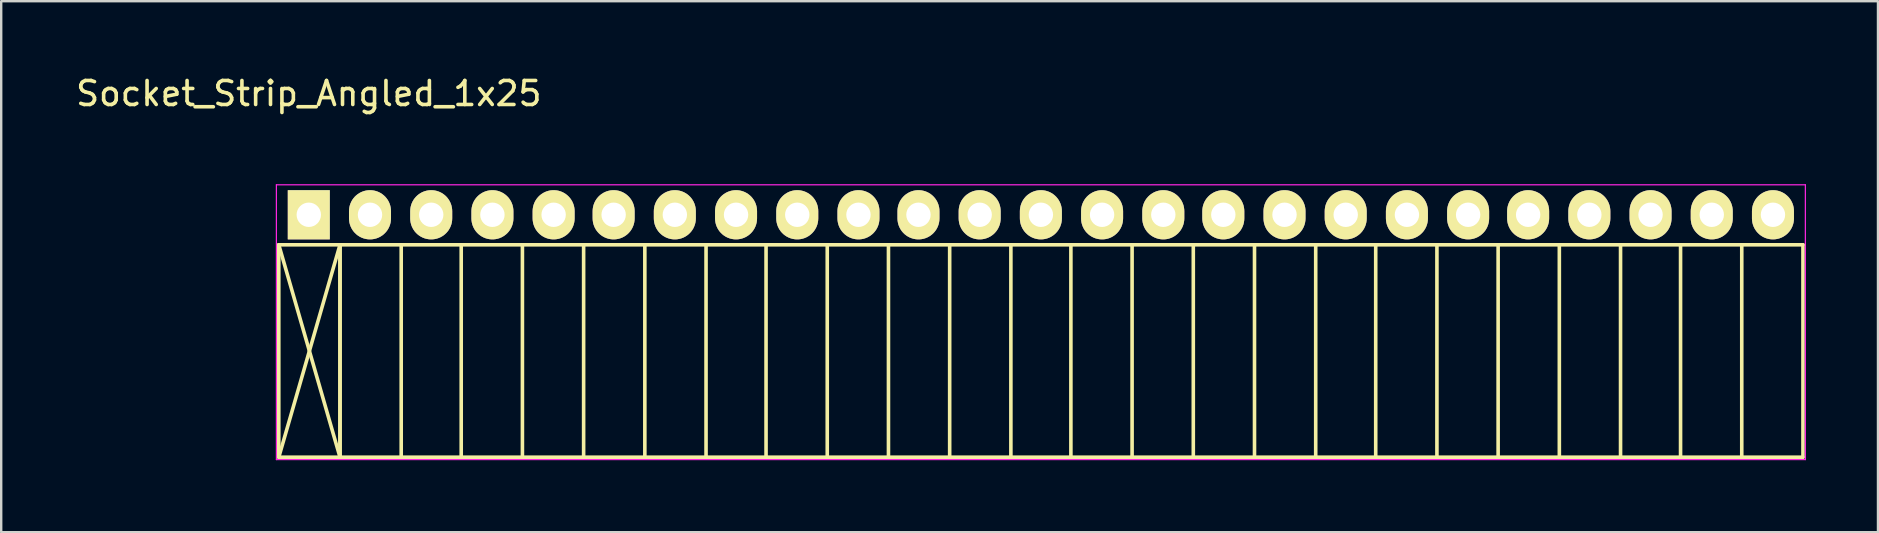
<source format=kicad_pcb>
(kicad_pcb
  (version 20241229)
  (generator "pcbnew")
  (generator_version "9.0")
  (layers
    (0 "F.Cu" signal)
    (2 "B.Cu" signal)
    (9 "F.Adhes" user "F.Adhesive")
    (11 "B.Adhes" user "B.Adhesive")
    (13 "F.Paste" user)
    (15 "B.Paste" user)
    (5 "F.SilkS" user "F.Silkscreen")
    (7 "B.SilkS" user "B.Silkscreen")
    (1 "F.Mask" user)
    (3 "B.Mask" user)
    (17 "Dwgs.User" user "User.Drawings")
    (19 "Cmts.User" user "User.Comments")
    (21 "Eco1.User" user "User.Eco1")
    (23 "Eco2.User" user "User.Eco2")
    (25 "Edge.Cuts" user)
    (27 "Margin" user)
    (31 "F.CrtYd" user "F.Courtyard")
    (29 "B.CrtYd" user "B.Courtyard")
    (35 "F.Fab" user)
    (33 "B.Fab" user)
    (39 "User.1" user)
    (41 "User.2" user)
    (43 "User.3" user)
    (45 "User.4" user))
  (footprint "Socket_Strip_Angled_1x25"
    (layer "F.Cu")
    (at 9.815 5.898)
    (property "Reference" "Socket_Strip_Angled_1x25" (at 0 -5.05 0) (layer "F.SilkS") (effects (font (size 1 1) (thickness 0.15))))
    (attr through_hole)
    (fp_line (start -1.25 1.25) (end -1.25 10.1) (stroke (width 0.15) (type solid)) (layer "F.SilkS"))
    (fp_line (start -1.25 1.25) (end 1.3 1.25) (stroke (width 0.15) (type solid)) (layer "F.SilkS"))
    (fp_line (start -1.25 1.25) (end 1.3 10.1) (stroke (width 0.15) (type solid)) (layer "F.SilkS"))
    (fp_line (start -1.25 10.1) (end 1.3 1.25) (stroke (width 0.15) (type solid)) (layer "F.SilkS"))
    (fp_line (start -1.25 10.1) (end 1.3 10.1) (stroke (width 0.15) (type solid)) (layer "F.SilkS"))
    (fp_line (start 1.3 1.25) (end 1.3 10.1) (stroke (width 0.15) (type solid)) (layer "F.SilkS"))
    (fp_line (start 1.3 1.25) (end 3.85 1.25) (stroke (width 0.15) (type solid)) (layer "F.SilkS"))
    (fp_line (start 1.3 10.1) (end 1.3 1.25) (stroke (width 0.15) (type solid)) (layer "F.SilkS"))
    (fp_line (start 1.3 10.1) (end 3.85 10.1) (stroke (width 0.15) (type solid)) (layer "F.SilkS"))
    (fp_line (start 3.85 1.25) (end 6.35 1.25) (stroke (width 0.15) (type solid)) (layer "F.SilkS"))
    (fp_line (start 3.85 10.1) (end 3.85 1.25) (stroke (width 0.15) (type solid)) (layer "F.SilkS"))
    (fp_line (start 3.85 10.1) (end 6.35 10.1) (stroke (width 0.15) (type solid)) (layer "F.SilkS"))
    (fp_line (start 6.35 1.25) (end 8.9 1.25) (stroke (width 0.15) (type solid)) (layer "F.SilkS"))
    (fp_line (start 6.35 10.1) (end 6.35 1.25) (stroke (width 0.15) (type solid)) (layer "F.SilkS"))
    (fp_line (start 6.35 10.1) (end 8.9 10.1) (stroke (width 0.15) (type solid)) (layer "F.SilkS"))
    (fp_line (start 8.9 1.25) (end 11.45 1.25) (stroke (width 0.15) (type solid)) (layer "F.SilkS"))
    (fp_line (start 8.9 10.1) (end 8.9 1.25) (stroke (width 0.15) (type solid)) (layer "F.SilkS"))
    (fp_line (start 8.9 10.1) (end 11.45 10.1) (stroke (width 0.15) (type solid)) (layer "F.SilkS"))
    (fp_line (start 11.45 1.25) (end 14 1.25) (stroke (width 0.15) (type solid)) (layer "F.SilkS"))
    (fp_line (start 11.45 10.1) (end 11.45 1.25) (stroke (width 0.15) (type solid)) (layer "F.SilkS"))
    (fp_line (start 11.45 10.1) (end 14 10.1) (stroke (width 0.15) (type solid)) (layer "F.SilkS"))
    (fp_line (start 14 1.25) (end 16.55 1.25) (stroke (width 0.15) (type solid)) (layer "F.SilkS"))
    (fp_line (start 14 10.1) (end 14 1.25) (stroke (width 0.15) (type solid)) (layer "F.SilkS"))
    (fp_line (start 14 10.1) (end 16.55 10.1) (stroke (width 0.15) (type solid)) (layer "F.SilkS"))
    (fp_line (start 16.55 1.25) (end 19.05 1.25) (stroke (width 0.15) (type solid)) (layer "F.SilkS"))
    (fp_line (start 16.55 10.1) (end 16.55 1.25) (stroke (width 0.15) (type solid)) (layer "F.SilkS"))
    (fp_line (start 16.55 10.1) (end 19.05 10.1) (stroke (width 0.15) (type solid)) (layer "F.SilkS"))
    (fp_line (start 19.05 1.25) (end 21.6 1.25) (stroke (width 0.15) (type solid)) (layer "F.SilkS"))
    (fp_line (start 19.05 10.1) (end 19.05 1.25) (stroke (width 0.15) (type solid)) (layer "F.SilkS"))
    (fp_line (start 19.05 10.1) (end 21.6 10.1) (stroke (width 0.15) (type solid)) (layer "F.SilkS"))
    (fp_line (start 21.6 1.25) (end 24.15 1.25) (stroke (width 0.15) (type solid)) (layer "F.SilkS"))
    (fp_line (start 21.6 10.1) (end 21.6 1.25) (stroke (width 0.15) (type solid)) (layer "F.SilkS"))
    (fp_line (start 21.6 10.1) (end 24.15 10.1) (stroke (width 0.15) (type solid)) (layer "F.SilkS"))
    (fp_line (start 24.15 1.25) (end 26.7 1.25) (stroke (width 0.15) (type solid)) (layer "F.SilkS"))
    (fp_line (start 24.15 10.1) (end 24.15 1.25) (stroke (width 0.15) (type solid)) (layer "F.SilkS"))
    (fp_line (start 24.15 10.1) (end 26.7 10.1) (stroke (width 0.15) (type solid)) (layer "F.SilkS"))
    (fp_line (start 26.7 1.25) (end 29.25 1.25) (stroke (width 0.15) (type solid)) (layer "F.SilkS"))
    (fp_line (start 26.7 10.1) (end 26.7 1.25) (stroke (width 0.15) (type solid)) (layer "F.SilkS"))
    (fp_line (start 26.7 10.1) (end 29.25 10.1) (stroke (width 0.15) (type solid)) (layer "F.SilkS"))
    (fp_line (start 29.25 1.25) (end 31.75 1.25) (stroke (width 0.15) (type solid)) (layer "F.SilkS"))
    (fp_line (start 29.25 10.1) (end 29.25 1.25) (stroke (width 0.15) (type solid)) (layer "F.SilkS"))
    (fp_line (start 29.25 10.1) (end 31.75 10.1) (stroke (width 0.15) (type solid)) (layer "F.SilkS"))
    (fp_line (start 31.75 1.25) (end 34.3 1.25) (stroke (width 0.15) (type solid)) (layer "F.SilkS"))
    (fp_line (start 31.75 10.1) (end 31.75 1.25) (stroke (width 0.15) (type solid)) (layer "F.SilkS"))
    (fp_line (start 31.75 10.1) (end 34.3 10.1) (stroke (width 0.15) (type solid)) (layer "F.SilkS"))
    (fp_line (start 34.3 1.25) (end 36.85 1.25) (stroke (width 0.15) (type solid)) (layer "F.SilkS"))
    (fp_line (start 34.3 10.1) (end 34.3 1.25) (stroke (width 0.15) (type solid)) (layer "F.SilkS"))
    (fp_line (start 34.3 10.1) (end 36.85 10.1) (stroke (width 0.15) (type solid)) (layer "F.SilkS"))
    (fp_line (start 36.85 1.25) (end 39.4 1.25) (stroke (width 0.15) (type solid)) (layer "F.SilkS"))
    (fp_line (start 36.85 10.1) (end 36.85 1.25) (stroke (width 0.15) (type solid)) (layer "F.SilkS"))
    (fp_line (start 36.85 10.1) (end 39.4 10.1) (stroke (width 0.15) (type solid)) (layer "F.SilkS"))
    (fp_line (start 39.4 1.25) (end 41.95 1.25) (stroke (width 0.15) (type solid)) (layer "F.SilkS"))
    (fp_line (start 39.4 10.1) (end 39.4 1.25) (stroke (width 0.15) (type solid)) (layer "F.SilkS"))
    (fp_line (start 39.4 10.1) (end 41.95 10.1) (stroke (width 0.15) (type solid)) (layer "F.SilkS"))
    (fp_line (start 41.95 1.25) (end 44.45 1.25) (stroke (width 0.15) (type solid)) (layer "F.SilkS"))
    (fp_line (start 41.95 10.1) (end 41.95 1.25) (stroke (width 0.15) (type solid)) (layer "F.SilkS"))
    (fp_line (start 41.95 10.1) (end 44.45 10.1) (stroke (width 0.15) (type solid)) (layer "F.SilkS"))
    (fp_line (start 44.45 1.25) (end 47 1.25) (stroke (width 0.15) (type solid)) (layer "F.SilkS"))
    (fp_line (start 44.45 10.1) (end 44.45 1.25) (stroke (width 0.15) (type solid)) (layer "F.SilkS"))
    (fp_line (start 44.45 10.1) (end 47 10.1) (stroke (width 0.15) (type solid)) (layer "F.SilkS"))
    (fp_line (start 47 1.25) (end 49.55 1.25) (stroke (width 0.15) (type solid)) (layer "F.SilkS"))
    (fp_line (start 47 10.1) (end 47 1.25) (stroke (width 0.15) (type solid)) (layer "F.SilkS"))
    (fp_line (start 47 10.1) (end 49.55 10.1) (stroke (width 0.15) (type solid)) (layer "F.SilkS"))
    (fp_line (start 49.55 1.25) (end 52.1 1.25) (stroke (width 0.15) (type solid)) (layer "F.SilkS"))
    (fp_line (start 49.55 10.1) (end 49.55 1.25) (stroke (width 0.15) (type solid)) (layer "F.SilkS"))
    (fp_line (start 49.55 10.1) (end 52.1 10.1) (stroke (width 0.15) (type solid)) (layer "F.SilkS"))
    (fp_line (start 52.1 1.25) (end 54.65 1.25) (stroke (width 0.15) (type solid)) (layer "F.SilkS"))
    (fp_line (start 52.1 10.1) (end 52.1 1.25) (stroke (width 0.15) (type solid)) (layer "F.SilkS"))
    (fp_line (start 52.1 10.1) (end 54.65 10.1) (stroke (width 0.15) (type solid)) (layer "F.SilkS"))
    (fp_line (start 54.65 1.25) (end 57.15 1.25) (stroke (width 0.15) (type solid)) (layer "F.SilkS"))
    (fp_line (start 54.65 10.1) (end 54.65 1.25) (stroke (width 0.15) (type solid)) (layer "F.SilkS"))
    (fp_line (start 54.65 10.1) (end 57.15 10.1) (stroke (width 0.15) (type solid)) (layer "F.SilkS"))
    (fp_line (start 57.15 1.25) (end 59.7 1.25) (stroke (width 0.15) (type solid)) (layer "F.SilkS"))
    (fp_line (start 57.15 10.1) (end 57.15 1.25) (stroke (width 0.15) (type solid)) (layer "F.SilkS"))
    (fp_line (start 57.15 10.1) (end 59.7 10.1) (stroke (width 0.15) (type solid)) (layer "F.SilkS"))
    (fp_line (start 59.7 1.25) (end 62.25 1.25) (stroke (width 0.15) (type solid)) (layer "F.SilkS"))
    (fp_line (start 59.7 10.1) (end 59.7 1.25) (stroke (width 0.15) (type solid)) (layer "F.SilkS"))
    (fp_line (start 59.7 10.1) (end 62.25 10.1) (stroke (width 0.15) (type solid)) (layer "F.SilkS"))
    (fp_line (start 62.25 10.1) (end 62.25 1.25) (stroke (width 0.15) (type solid)) (layer "F.SilkS"))
    (fp_line (start -1.35 -1.25) (end -1.35 10.2) (stroke (width 0.05) (type solid)) (layer "F.CrtYd"))
    (fp_line (start -1.35 -1.25) (end 62.35 -1.25) (stroke (width 0.05) (type solid)) (layer "F.CrtYd"))
    (fp_line (start -1.35 10.2) (end 62.35 10.2) (stroke (width 0.05) (type solid)) (layer "F.CrtYd"))
    (fp_line (start 62.35 -1.25) (end 62.35 10.2) (stroke (width 0.05) (type solid)) (layer "F.CrtYd"))
    (pad "1" thru_hole rect (at 0 0) (size 1.75 2.05) (drill 1.016) (layers "*.Cu" "*.Mask" "F.SilkS"))
    (pad "2" thru_hole oval (at 2.55 0) (size 1.75 2.05) (drill 1.016) (layers "*.Cu" "*.Mask" "F.SilkS"))
    (pad "3" thru_hole oval (at 5.1 0) (size 1.75 2.05) (drill 1.016) (layers "*.Cu" "*.Mask" "F.SilkS"))
    (pad "4" thru_hole oval (at 7.65 0) (size 1.75 2.05) (drill 1.016) (layers "*.Cu" "*.Mask" "F.SilkS"))
    (pad "5" thru_hole oval (at 10.2 0) (size 1.75 2.05) (drill 1.016) (layers "*.Cu" "*.Mask" "F.SilkS"))
    (pad "6" thru_hole oval (at 12.7 0) (size 1.75 2.05) (drill 1.016) (layers "*.Cu" "*.Mask" "F.SilkS"))
    (pad "7" thru_hole oval (at 15.25 0) (size 1.75 2.05) (drill 1.016) (layers "*.Cu" "*.Mask" "F.SilkS"))
    (pad "8" thru_hole oval (at 17.8 0) (size 1.75 2.05) (drill 1.016) (layers "*.Cu" "*.Mask" "F.SilkS"))
    (pad "9" thru_hole oval (at 20.35 0) (size 1.75 2.05) (drill 1.016) (layers "*.Cu" "*.Mask" "F.SilkS"))
    (pad "10" thru_hole oval (at 22.9 0) (size 1.75 2.05) (drill 1.016) (layers "*.Cu" "*.Mask" "F.SilkS"))
    (pad "11" thru_hole oval (at 25.4 0) (size 1.75 2.05) (drill 1.016) (layers "*.Cu" "*.Mask" "F.SilkS"))
    (pad "12" thru_hole oval (at 27.95 0) (size 1.75 2.05) (drill 1.016) (layers "*.Cu" "*.Mask" "F.SilkS"))
    (pad "13" thru_hole oval (at 30.5 0) (size 1.75 2.05) (drill 1.016) (layers "*.Cu" "*.Mask" "F.SilkS"))
    (pad "14" thru_hole oval (at 33.05 0) (size 1.75 2.05) (drill 1.016) (layers "*.Cu" "*.Mask" "F.SilkS"))
    (pad "15" thru_hole oval (at 35.6 0) (size 1.75 2.05) (drill 1.016) (layers "*.Cu" "*.Mask" "F.SilkS"))
    (pad "16" thru_hole oval (at 38.1 0) (size 1.75 2.05) (drill 1.016) (layers "*.Cu" "*.Mask" "F.SilkS"))
    (pad "17" thru_hole oval (at 40.65 0) (size 1.75 2.05) (drill 1.016) (layers "*.Cu" "*.Mask" "F.SilkS"))
    (pad "18" thru_hole oval (at 43.2 0) (size 1.75 2.05) (drill 1.016) (layers "*.Cu" "*.Mask" "F.SilkS"))
    (pad "19" thru_hole oval (at 45.75 0) (size 1.75 2.05) (drill 1.016) (layers "*.Cu" "*.Mask" "F.SilkS"))
    (pad "20" thru_hole oval (at 48.3 0) (size 1.75 2.05) (drill 1.016) (layers "*.Cu" "*.Mask" "F.SilkS"))
    (pad "21" thru_hole oval (at 50.8 0) (size 1.75 2.05) (drill 1.016) (layers "*.Cu" "*.Mask" "F.SilkS"))
    (pad "22" thru_hole oval (at 53.35 0) (size 1.75 2.05) (drill 1.016) (layers "*.Cu" "*.Mask" "F.SilkS"))
    (pad "23" thru_hole oval (at 55.9 0) (size 1.75 2.05) (drill 1.016) (layers "*.Cu" "*.Mask" "F.SilkS"))
    (pad "24" thru_hole oval (at 58.45 0) (size 1.75 2.05) (drill 1.016) (layers "*.Cu" "*.Mask" "F.SilkS"))
    (pad "25" thru_hole oval (at 61 0) (size 1.75 2.05) (drill 1.016) (layers "*.Cu" "*.Mask" "F.SilkS")))
  (gr_rect
    (start -3 -3)
    (end 75.19 19.123)
    (stroke (width 0.1) (type default))
    (fill no)
    (layer "Edge.Cuts")))
</source>
